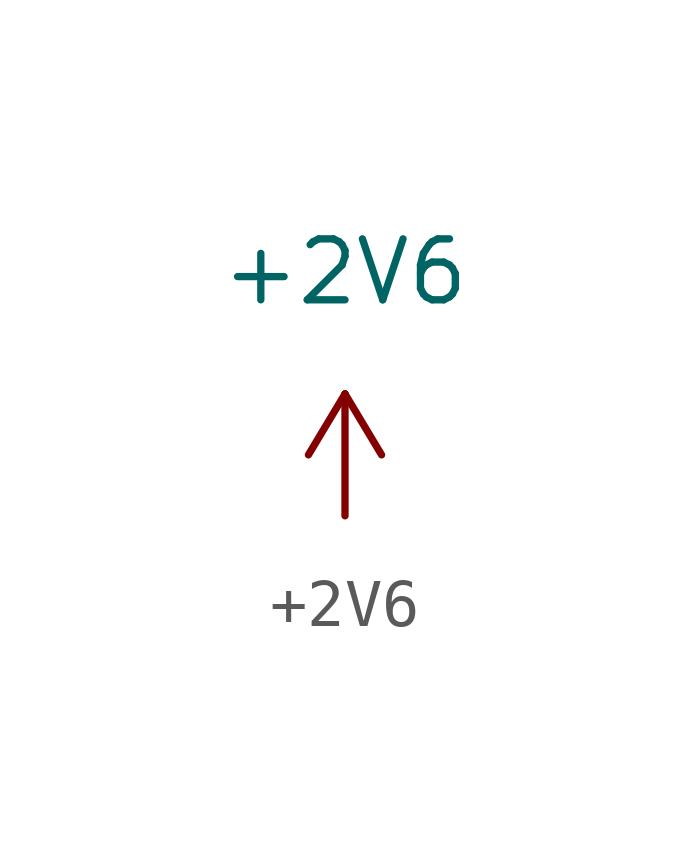
<source format=kicad_sym>
(kicad_symbol_lib
  (version 20211014)
  (generator kicad_symbol_editor)
  (symbol "+2V6"
    (power)
    (pin_names
      (offset 0))
    (property "Reference" "#PWR?"
      (at 0 -3.81 0)
      (effects (font (size 1.27 1.27)) hide))
    (property "Value" "+2V6"
      (at 0 5.08 0)
      (effects (font (size 1.27 1.27))))
    (symbol "+2V6_0_1"
      (polyline (pts (xy -0.762 1.27) (xy 0 2.54)) (stroke (width 0) (type default) (color 0 0 0 0)) (fill (type none)))
      (polyline (pts (xy 0 0) (xy 0 2.54)) (stroke (width 0) (type default) (color 0 0 0 0)) (fill (type none)))
      (polyline (pts (xy 0 2.54) (xy 0.762 1.27)) (stroke (width 0) (type default) (color 0 0 0 0)) (fill (type none))))
    (symbol "+2V6_1_1"
      (pin power_in line (at 0 0 90) (length 0) hide (name "+2V6" (effects (font (size 1.27 1.27)))) (number "1" (effects (font (size 1.27 1.27))))))))
</source>
